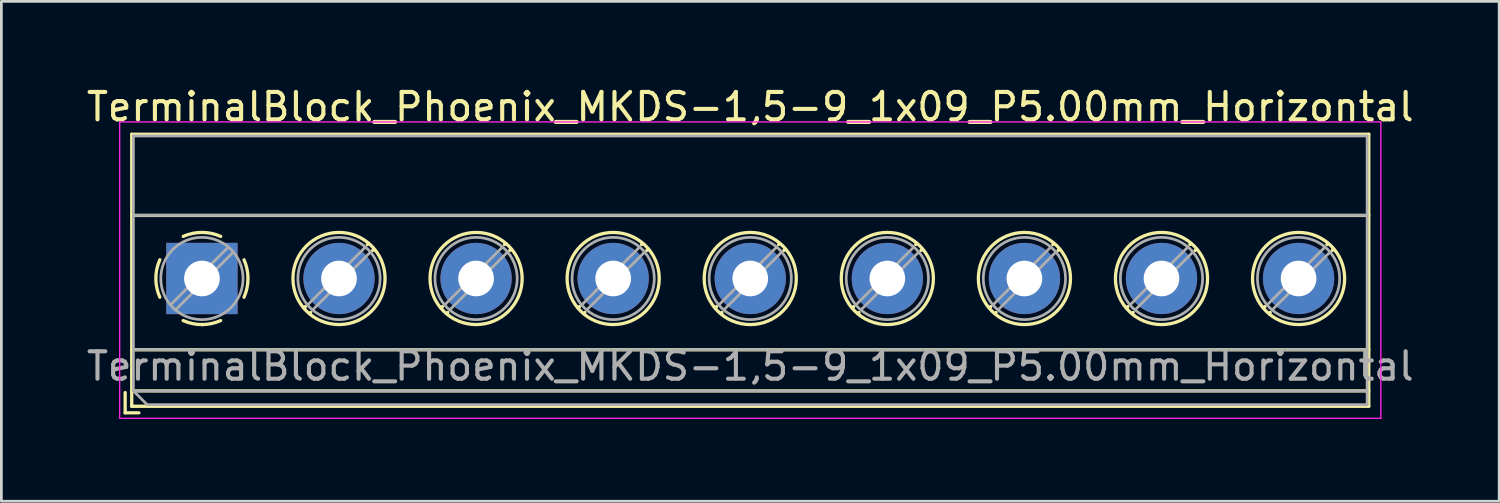
<source format=kicad_pcb>
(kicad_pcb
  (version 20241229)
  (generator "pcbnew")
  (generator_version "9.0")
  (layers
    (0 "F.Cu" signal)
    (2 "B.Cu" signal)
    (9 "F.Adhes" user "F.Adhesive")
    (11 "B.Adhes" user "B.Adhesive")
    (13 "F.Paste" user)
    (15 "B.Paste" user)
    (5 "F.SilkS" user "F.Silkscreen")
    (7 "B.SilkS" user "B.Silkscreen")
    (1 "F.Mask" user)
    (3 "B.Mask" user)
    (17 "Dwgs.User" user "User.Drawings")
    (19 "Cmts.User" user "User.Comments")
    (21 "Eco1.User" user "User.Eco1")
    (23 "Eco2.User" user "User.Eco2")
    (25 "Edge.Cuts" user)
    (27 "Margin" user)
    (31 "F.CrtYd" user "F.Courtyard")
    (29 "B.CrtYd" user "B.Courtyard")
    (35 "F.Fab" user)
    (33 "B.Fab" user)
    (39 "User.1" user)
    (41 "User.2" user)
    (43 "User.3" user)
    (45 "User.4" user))
  (footprint "TerminalBlock_Phoenix_MKDS-1,5-9_1x09_P5.00mm_Horizontal"
    (layer "F.Cu")
    (at 4.315 7.108)
    (property "Reference" "TerminalBlock_Phoenix_MKDS-1,5-9_1x09_P5.00mm_Horizontal" (at 20 -6.26 0) (layer "F.SilkS") (effects (font (size 1 1) (thickness 0.15))))
    (attr through_hole)
    (fp_line (start -2.8 4.16) (end -2.8 4.9) (stroke (width 0.12) (type solid)) (layer "F.SilkS"))
    (fp_line (start -2.8 4.9) (end -2.3 4.9) (stroke (width 0.12) (type solid)) (layer "F.SilkS"))
    (fp_line (start -2.56 -5.261) (end -2.56 4.66) (stroke (width 0.12) (type solid)) (layer "F.SilkS"))
    (fp_line (start -2.56 -5.261) (end 42.56 -5.261) (stroke (width 0.12) (type solid)) (layer "F.SilkS"))
    (fp_line (start -2.56 -2.301) (end 42.56 -2.301) (stroke (width 0.12) (type solid)) (layer "F.SilkS"))
    (fp_line (start -2.56 2.6) (end 42.56 2.6) (stroke (width 0.12) (type solid)) (layer "F.SilkS"))
    (fp_line (start -2.56 4.1) (end 42.56 4.1) (stroke (width 0.12) (type solid)) (layer "F.SilkS"))
    (fp_line (start -2.56 4.66) (end 42.56 4.66) (stroke (width 0.12) (type solid)) (layer "F.SilkS"))
    (fp_line (start 3.773 1.023) (end 3.726 1.069) (stroke (width 0.12) (type solid)) (layer "F.SilkS"))
    (fp_line (start 3.966 1.239) (end 3.931 1.274) (stroke (width 0.12) (type solid)) (layer "F.SilkS"))
    (fp_line (start 6.07 -1.275) (end 6.035 -1.239) (stroke (width 0.12) (type solid)) (layer "F.SilkS"))
    (fp_line (start 6.275 -1.069) (end 6.228 -1.023) (stroke (width 0.12) (type solid)) (layer "F.SilkS"))
    (fp_line (start 8.773 1.023) (end 8.726 1.069) (stroke (width 0.12) (type solid)) (layer "F.SilkS"))
    (fp_line (start 8.966 1.239) (end 8.931 1.274) (stroke (width 0.12) (type solid)) (layer "F.SilkS"))
    (fp_line (start 11.07 -1.275) (end 11.035 -1.239) (stroke (width 0.12) (type solid)) (layer "F.SilkS"))
    (fp_line (start 11.275 -1.069) (end 11.228 -1.023) (stroke (width 0.12) (type solid)) (layer "F.SilkS"))
    (fp_line (start 13.773 1.023) (end 13.726 1.069) (stroke (width 0.12) (type solid)) (layer "F.SilkS"))
    (fp_line (start 13.966 1.239) (end 13.931 1.274) (stroke (width 0.12) (type solid)) (layer "F.SilkS"))
    (fp_line (start 16.07 -1.275) (end 16.035 -1.239) (stroke (width 0.12) (type solid)) (layer "F.SilkS"))
    (fp_line (start 16.275 -1.069) (end 16.228 -1.023) (stroke (width 0.12) (type solid)) (layer "F.SilkS"))
    (fp_line (start 18.773 1.023) (end 18.726 1.069) (stroke (width 0.12) (type solid)) (layer "F.SilkS"))
    (fp_line (start 18.966 1.239) (end 18.931 1.274) (stroke (width 0.12) (type solid)) (layer "F.SilkS"))
    (fp_line (start 21.07 -1.275) (end 21.035 -1.239) (stroke (width 0.12) (type solid)) (layer "F.SilkS"))
    (fp_line (start 21.275 -1.069) (end 21.228 -1.023) (stroke (width 0.12) (type solid)) (layer "F.SilkS"))
    (fp_line (start 23.773 1.023) (end 23.726 1.069) (stroke (width 0.12) (type solid)) (layer "F.SilkS"))
    (fp_line (start 23.966 1.239) (end 23.931 1.274) (stroke (width 0.12) (type solid)) (layer "F.SilkS"))
    (fp_line (start 26.07 -1.275) (end 26.035 -1.239) (stroke (width 0.12) (type solid)) (layer "F.SilkS"))
    (fp_line (start 26.275 -1.069) (end 26.228 -1.023) (stroke (width 0.12) (type solid)) (layer "F.SilkS"))
    (fp_line (start 28.773 1.023) (end 28.726 1.069) (stroke (width 0.12) (type solid)) (layer "F.SilkS"))
    (fp_line (start 28.966 1.239) (end 28.931 1.274) (stroke (width 0.12) (type solid)) (layer "F.SilkS"))
    (fp_line (start 31.07 -1.275) (end 31.035 -1.239) (stroke (width 0.12) (type solid)) (layer "F.SilkS"))
    (fp_line (start 31.275 -1.069) (end 31.228 -1.023) (stroke (width 0.12) (type solid)) (layer "F.SilkS"))
    (fp_line (start 33.773 1.023) (end 33.726 1.069) (stroke (width 0.12) (type solid)) (layer "F.SilkS"))
    (fp_line (start 33.966 1.239) (end 33.931 1.274) (stroke (width 0.12) (type solid)) (layer "F.SilkS"))
    (fp_line (start 36.07 -1.275) (end 36.035 -1.239) (stroke (width 0.12) (type solid)) (layer "F.SilkS"))
    (fp_line (start 36.275 -1.069) (end 36.228 -1.023) (stroke (width 0.12) (type solid)) (layer "F.SilkS"))
    (fp_line (start 38.773 1.023) (end 38.726 1.069) (stroke (width 0.12) (type solid)) (layer "F.SilkS"))
    (fp_line (start 38.966 1.239) (end 38.931 1.274) (stroke (width 0.12) (type solid)) (layer "F.SilkS"))
    (fp_line (start 41.07 -1.275) (end 41.035 -1.239) (stroke (width 0.12) (type solid)) (layer "F.SilkS"))
    (fp_line (start 41.275 -1.069) (end 41.228 -1.023) (stroke (width 0.12) (type solid)) (layer "F.SilkS"))
    (fp_line (start 42.56 -5.261) (end 42.56 4.66) (stroke (width 0.12) (type solid)) (layer "F.SilkS"))
    (fp_arc (start -1.535427 0.683042) (mid -1.680501 -0.000524) (end -1.535 -0.684) (stroke (width 0.12) (type solid)) (layer "F.SilkS"))
    (fp_arc (start -0.683042 -1.535427) (mid 0.000524 -1.680501) (end 0.684 -1.535) (stroke (width 0.12) (type solid)) (layer "F.SilkS"))
    (fp_arc (start 0.028805 1.680253) (mid -0.335551 1.646659) (end -0.684 1.535) (stroke (width 0.12) (type solid)) (layer "F.SilkS"))
    (fp_arc (start 0.683318 1.534756) (mid 0.349292 1.643288) (end 0 1.68) (stroke (width 0.12) (type solid)) (layer "F.SilkS"))
    (fp_arc (start 1.535427 -0.683042) (mid 1.680501 0.000524) (end 1.535 0.684) (stroke (width 0.12) (type solid)) (layer "F.SilkS"))
    (fp_circle (center 5 0) (end 6.68 0) (stroke (width 0.12) (type solid)) (fill no) (layer "F.SilkS"))
    (fp_circle (center 10 0) (end 11.68 0) (stroke (width 0.12) (type solid)) (fill no) (layer "F.SilkS"))
    (fp_circle (center 15 0) (end 16.68 0) (stroke (width 0.12) (type solid)) (fill no) (layer "F.SilkS"))
    (fp_circle (center 20 0) (end 21.68 0) (stroke (width 0.12) (type solid)) (fill no) (layer "F.SilkS"))
    (fp_circle (center 25 0) (end 26.68 0) (stroke (width 0.12) (type solid)) (fill no) (layer "F.SilkS"))
    (fp_circle (center 30 0) (end 31.68 0) (stroke (width 0.12) (type solid)) (fill no) (layer "F.SilkS"))
    (fp_circle (center 35 0) (end 36.68 0) (stroke (width 0.12) (type solid)) (fill no) (layer "F.SilkS"))
    (fp_circle (center 40 0) (end 41.68 0) (stroke (width 0.12) (type solid)) (fill no) (layer "F.SilkS"))
    (fp_line (start -3 -5.71) (end -3 5.1) (stroke (width 0.05) (type solid)) (layer "F.CrtYd"))
    (fp_line (start -3 5.1) (end 43 5.1) (stroke (width 0.05) (type solid)) (layer "F.CrtYd"))
    (fp_line (start 43 -5.71) (end -3 -5.71) (stroke (width 0.05) (type solid)) (layer "F.CrtYd"))
    (fp_line (start 43 5.1) (end 43 -5.71) (stroke (width 0.05) (type solid)) (layer "F.CrtYd"))
    (fp_line (start -2.5 -5.2) (end 42.5 -5.2) (stroke (width 0.1) (type solid)) (layer "F.Fab"))
    (fp_line (start -2.5 -2.3) (end 42.5 -2.3) (stroke (width 0.1) (type solid)) (layer "F.Fab"))
    (fp_line (start -2.5 2.6) (end 42.5 2.6) (stroke (width 0.1) (type solid)) (layer "F.Fab"))
    (fp_line (start -2.5 4.1) (end -2.5 -5.2) (stroke (width 0.1) (type solid)) (layer "F.Fab"))
    (fp_line (start -2.5 4.1) (end 42.5 4.1) (stroke (width 0.1) (type solid)) (layer "F.Fab"))
    (fp_line (start -2 4.6) (end -2.5 4.1) (stroke (width 0.1) (type solid)) (layer "F.Fab"))
    (fp_line (start 0.955 -1.138) (end -1.138 0.955) (stroke (width 0.1) (type solid)) (layer "F.Fab"))
    (fp_line (start 1.138 -0.955) (end -0.955 1.138) (stroke (width 0.1) (type solid)) (layer "F.Fab"))
    (fp_line (start 5.955 -1.138) (end 3.863 0.955) (stroke (width 0.1) (type solid)) (layer "F.Fab"))
    (fp_line (start 6.138 -0.955) (end 4.046 1.138) (stroke (width 0.1) (type solid)) (layer "F.Fab"))
    (fp_line (start 10.955 -1.138) (end 8.863 0.955) (stroke (width 0.1) (type solid)) (layer "F.Fab"))
    (fp_line (start 11.138 -0.955) (end 9.046 1.138) (stroke (width 0.1) (type solid)) (layer "F.Fab"))
    (fp_line (start 15.955 -1.138) (end 13.863 0.955) (stroke (width 0.1) (type solid)) (layer "F.Fab"))
    (fp_line (start 16.138 -0.955) (end 14.046 1.138) (stroke (width 0.1) (type solid)) (layer "F.Fab"))
    (fp_line (start 20.955 -1.138) (end 18.863 0.955) (stroke (width 0.1) (type solid)) (layer "F.Fab"))
    (fp_line (start 21.138 -0.955) (end 19.046 1.138) (stroke (width 0.1) (type solid)) (layer "F.Fab"))
    (fp_line (start 25.955 -1.138) (end 23.863 0.955) (stroke (width 0.1) (type solid)) (layer "F.Fab"))
    (fp_line (start 26.138 -0.955) (end 24.046 1.138) (stroke (width 0.1) (type solid)) (layer "F.Fab"))
    (fp_line (start 30.955 -1.138) (end 28.863 0.955) (stroke (width 0.1) (type solid)) (layer "F.Fab"))
    (fp_line (start 31.138 -0.955) (end 29.046 1.138) (stroke (width 0.1) (type solid)) (layer "F.Fab"))
    (fp_line (start 35.955 -1.138) (end 33.863 0.955) (stroke (width 0.1) (type solid)) (layer "F.Fab"))
    (fp_line (start 36.138 -0.955) (end 34.046 1.138) (stroke (width 0.1) (type solid)) (layer "F.Fab"))
    (fp_line (start 40.955 -1.138) (end 38.863 0.955) (stroke (width 0.1) (type solid)) (layer "F.Fab"))
    (fp_line (start 41.138 -0.955) (end 39.046 1.138) (stroke (width 0.1) (type solid)) (layer "F.Fab"))
    (fp_line (start 42.5 -5.2) (end 42.5 4.6) (stroke (width 0.1) (type solid)) (layer "F.Fab"))
    (fp_line (start 42.5 4.6) (end -2 4.6) (stroke (width 0.1) (type solid)) (layer "F.Fab"))
    (fp_circle (center 0 0) (end 1.5 0) (stroke (width 0.1) (type solid)) (fill no) (layer "F.Fab"))
    (fp_circle (center 5 0) (end 6.5 0) (stroke (width 0.1) (type solid)) (fill no) (layer "F.Fab"))
    (fp_circle (center 10 0) (end 11.5 0) (stroke (width 0.1) (type solid)) (fill no) (layer "F.Fab"))
    (fp_circle (center 15 0) (end 16.5 0) (stroke (width 0.1) (type solid)) (fill no) (layer "F.Fab"))
    (fp_circle (center 20 0) (end 21.5 0) (stroke (width 0.1) (type solid)) (fill no) (layer "F.Fab"))
    (fp_circle (center 25 0) (end 26.5 0) (stroke (width 0.1) (type solid)) (fill no) (layer "F.Fab"))
    (fp_circle (center 30 0) (end 31.5 0) (stroke (width 0.1) (type solid)) (fill no) (layer "F.Fab"))
    (fp_circle (center 35 0) (end 36.5 0) (stroke (width 0.1) (type solid)) (fill no) (layer "F.Fab"))
    (fp_circle (center 40 0) (end 41.5 0) (stroke (width 0.1) (type solid)) (fill no) (layer "F.Fab"))
    (fp_text user "${REFERENCE}" (at 20 3.2 0) (layer "F.Fab") (effects (font (size 1 1) (thickness 0.15))))
    (pad "1" thru_hole rect (at 0 0) (size 2.6 2.6) (drill 1.3) (layers "*.Cu" "*.Mask"))
    (pad "2" thru_hole circle (at 5 0) (size 2.6 2.6) (drill 1.3) (layers "*.Cu" "*.Mask"))
    (pad "3" thru_hole circle (at 10 0) (size 2.6 2.6) (drill 1.3) (layers "*.Cu" "*.Mask"))
    (pad "4" thru_hole circle (at 15 0) (size 2.6 2.6) (drill 1.3) (layers "*.Cu" "*.Mask"))
    (pad "5" thru_hole circle (at 20 0) (size 2.6 2.6) (drill 1.3) (layers "*.Cu" "*.Mask"))
    (pad "6" thru_hole circle (at 25 0) (size 2.6 2.6) (drill 1.3) (layers "*.Cu" "*.Mask"))
    (pad "7" thru_hole circle (at 30 0) (size 2.6 2.6) (drill 1.3) (layers "*.Cu" "*.Mask"))
    (pad "8" thru_hole circle (at 35 0) (size 2.6 2.6) (drill 1.3) (layers "*.Cu" "*.Mask"))
    (pad "9" thru_hole circle (at 40 0) (size 2.6 2.6) (drill 1.3) (layers "*.Cu" "*.Mask")))
  (gr_rect
    (start -3 -3)
    (end 51.631 15.233)
    (stroke (width 0.1) (type default))
    (fill no)
    (layer "Edge.Cuts")))
</source>
